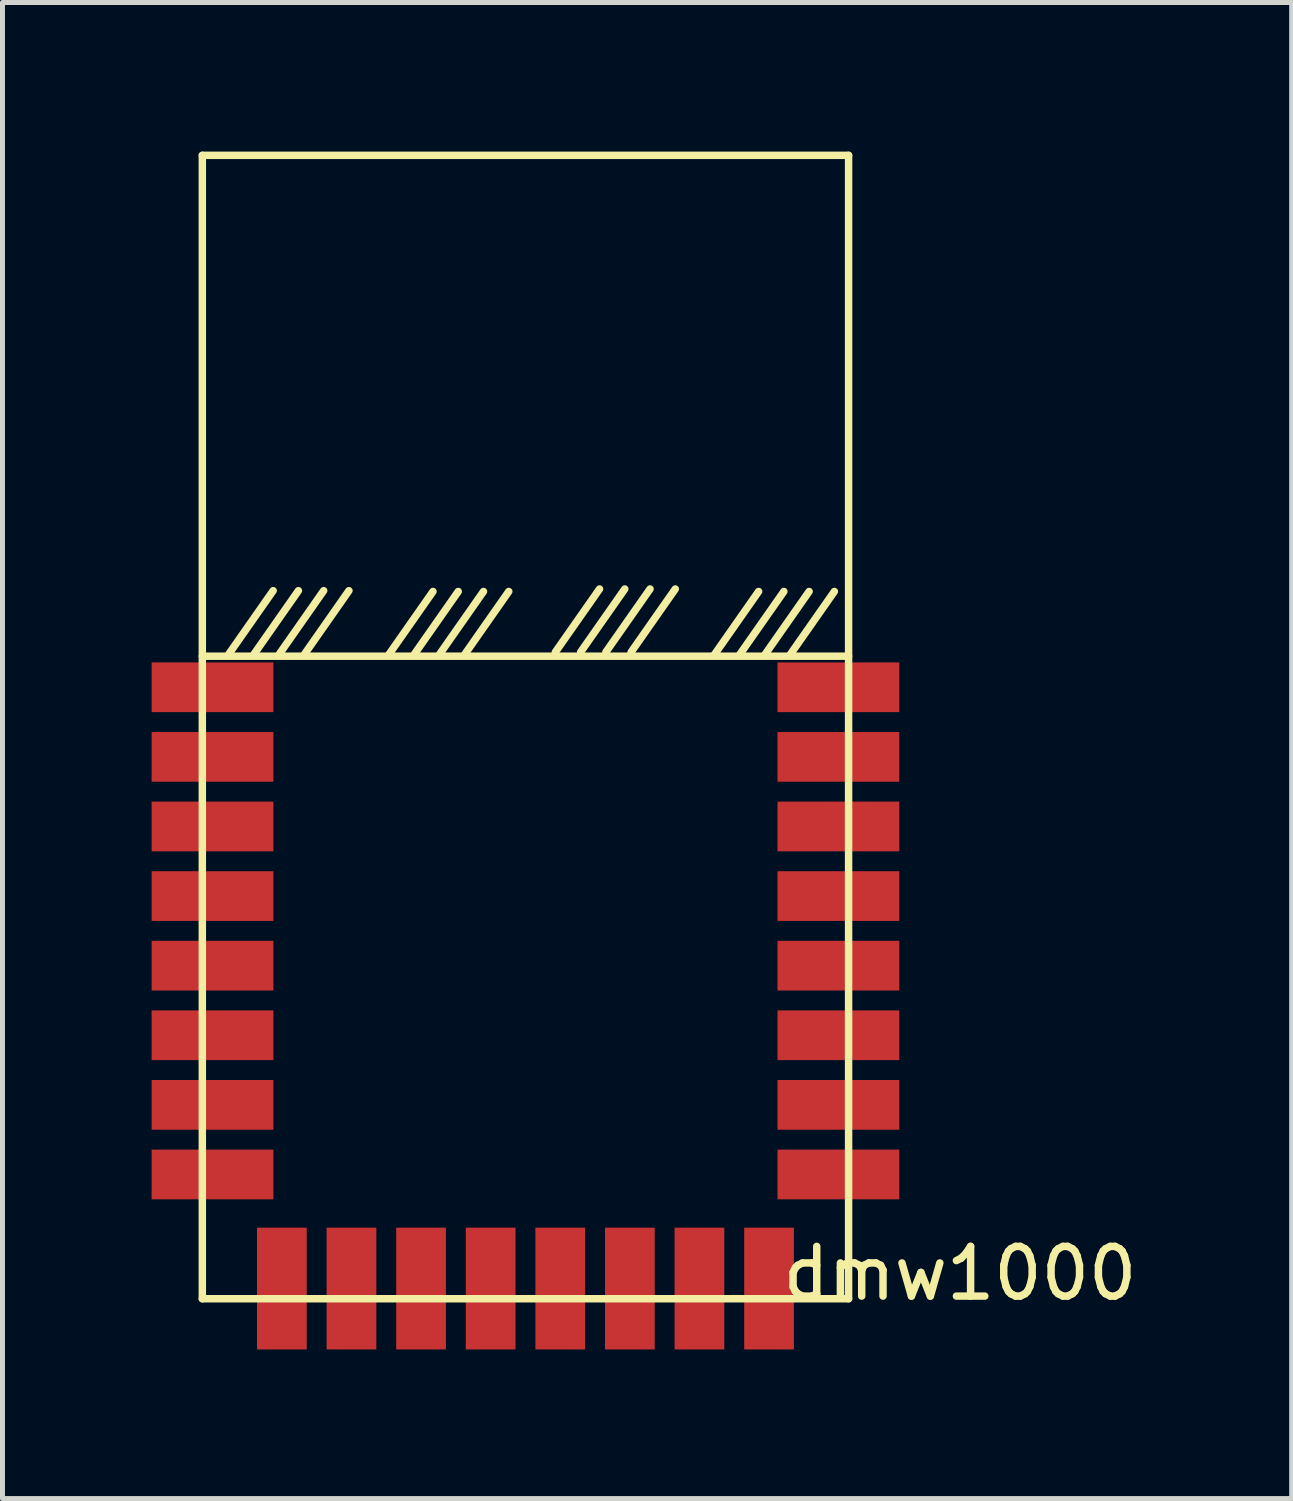
<source format=kicad_pcb>
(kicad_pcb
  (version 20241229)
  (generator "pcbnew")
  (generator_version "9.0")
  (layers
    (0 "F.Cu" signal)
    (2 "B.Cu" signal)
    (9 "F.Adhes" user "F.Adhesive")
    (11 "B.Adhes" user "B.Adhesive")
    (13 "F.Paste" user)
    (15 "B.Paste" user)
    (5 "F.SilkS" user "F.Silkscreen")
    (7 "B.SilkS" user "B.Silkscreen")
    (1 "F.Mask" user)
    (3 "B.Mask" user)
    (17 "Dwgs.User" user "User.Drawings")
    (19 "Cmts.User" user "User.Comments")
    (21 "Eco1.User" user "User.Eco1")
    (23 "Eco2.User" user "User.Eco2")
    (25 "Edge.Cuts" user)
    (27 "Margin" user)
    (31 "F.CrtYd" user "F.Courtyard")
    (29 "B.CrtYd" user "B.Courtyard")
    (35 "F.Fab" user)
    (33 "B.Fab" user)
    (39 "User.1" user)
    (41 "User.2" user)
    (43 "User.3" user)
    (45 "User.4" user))
  (footprint "dmw1000"
    (layer "F.Cu")
    (at 1.02 23.075)
    (property "Reference" "dmw1000" (at 15.24 -0.508 0) (layer "F.SilkS") (effects (font (size 1 1) (thickness 0.15))))
    (attr through_hole)
    (fp_line (start 0 -23) (end 13 -23) (stroke (width 0.15) (type solid)) (layer "F.SilkS"))
    (fp_line (start 0 -12.925) (end 13 -12.925) (stroke (width 0.15) (type solid)) (layer "F.SilkS"))
    (fp_line (start 0 0) (end 0 -23) (stroke (width 0.15) (type solid)) (layer "F.SilkS"))
    (fp_line (start 0.536 -12.973) (end 1.425 -14.243) (stroke (width 0.15) (type solid)) (layer "F.SilkS"))
    (fp_line (start 1.044 -12.973) (end 1.933 -14.243) (stroke (width 0.15) (type solid)) (layer "F.SilkS"))
    (fp_line (start 1.552 -12.973) (end 2.441 -14.243) (stroke (width 0.15) (type solid)) (layer "F.SilkS"))
    (fp_line (start 2.06 -12.973) (end 2.949 -14.243) (stroke (width 0.15) (type solid)) (layer "F.SilkS"))
    (fp_line (start 4.64 -14.227) (end 3.751 -12.957) (stroke (width 0.15) (type solid)) (layer "F.SilkS"))
    (fp_line (start 5.148 -14.227) (end 4.259 -12.957) (stroke (width 0.15) (type solid)) (layer "F.SilkS"))
    (fp_line (start 5.656 -14.227) (end 4.767 -12.957) (stroke (width 0.15) (type solid)) (layer "F.SilkS"))
    (fp_line (start 6.164 -14.227) (end 5.275 -12.957) (stroke (width 0.15) (type solid)) (layer "F.SilkS"))
    (fp_line (start 7.99 -14.277) (end 7.101 -13.007) (stroke (width 0.15) (type solid)) (layer "F.SilkS"))
    (fp_line (start 8.498 -14.277) (end 7.609 -13.007) (stroke (width 0.15) (type solid)) (layer "F.SilkS"))
    (fp_line (start 9.006 -14.277) (end 8.117 -13.007) (stroke (width 0.15) (type solid)) (layer "F.SilkS"))
    (fp_line (start 9.514 -14.277) (end 8.625 -13.007) (stroke (width 0.15) (type solid)) (layer "F.SilkS"))
    (fp_line (start 11.19 -14.227) (end 10.301 -12.957) (stroke (width 0.15) (type solid)) (layer "F.SilkS"))
    (fp_line (start 11.698 -14.227) (end 10.809 -12.957) (stroke (width 0.15) (type solid)) (layer "F.SilkS"))
    (fp_line (start 12.206 -14.227) (end 11.317 -12.957) (stroke (width 0.15) (type solid)) (layer "F.SilkS"))
    (fp_line (start 12.714 -14.227) (end 11.825 -12.957) (stroke (width 0.15) (type solid)) (layer "F.SilkS"))
    (fp_line (start 13 -23) (end 13 0) (stroke (width 0.15) (type solid)) (layer "F.SilkS"))
    (fp_line (start 13 0) (end 0 0) (stroke (width 0.15) (type solid)) (layer "F.SilkS"))
    (pad "1" smd rect (at 0.205 -12.3) (size 2.45 1) (layers "F.Cu" "F.Mask" "F.Paste"))
    (pad "2" smd rect (at 0.205 -10.9) (size 2.45 1) (layers "F.Cu" "F.Mask" "F.Paste"))
    (pad "3" smd rect (at 0.205 -9.5) (size 2.45 1) (layers "F.Cu" "F.Mask" "F.Paste"))
    (pad "4" smd rect (at 0.205 -8.1) (size 2.45 1) (layers "F.Cu" "F.Mask" "F.Paste"))
    (pad "5" smd rect (at 0.205 -6.7) (size 2.45 1) (layers "F.Cu" "F.Mask" "F.Paste"))
    (pad "6" smd rect (at 0.205 -5.3) (size 2.45 1) (layers "F.Cu" "F.Mask" "F.Paste"))
    (pad "7" smd rect (at 0.205 -3.9) (size 2.45 1) (layers "F.Cu" "F.Mask" "F.Paste"))
    (pad "8" smd rect (at 0.205 -2.5) (size 2.45 1) (layers "F.Cu" "F.Mask" "F.Paste"))
    (pad "9" smd rect (at 1.6 -0.205) (size 1 2.45) (layers "F.Cu" "F.Mask" "F.Paste"))
    (pad "10" smd rect (at 3 -0.205) (size 1 2.45) (layers "F.Cu" "F.Mask" "F.Paste"))
    (pad "11" smd rect (at 4.4 -0.205) (size 1 2.45) (layers "F.Cu" "F.Mask" "F.Paste"))
    (pad "12" smd rect (at 5.8 -0.205) (size 1 2.45) (layers "F.Cu" "F.Mask" "F.Paste"))
    (pad "13" smd rect (at 7.2 -0.205) (size 1 2.45) (layers "F.Cu" "F.Mask" "F.Paste"))
    (pad "14" smd rect (at 8.6 -0.205) (size 1 2.45) (layers "F.Cu" "F.Mask" "F.Paste"))
    (pad "15" smd rect (at 10 -0.205) (size 1 2.45) (layers "F.Cu" "F.Mask" "F.Paste"))
    (pad "16" smd rect (at 11.4 -0.205) (size 1 2.45) (layers "F.Cu" "F.Mask" "F.Paste"))
    (pad "17" smd rect (at 12.795 -2.5) (size 2.45 1) (layers "F.Cu" "F.Mask" "F.Paste"))
    (pad "18" smd rect (at 12.795 -3.9) (size 2.45 1) (layers "F.Cu" "F.Mask" "F.Paste"))
    (pad "19" smd rect (at 12.795 -5.3) (size 2.45 1) (layers "F.Cu" "F.Mask" "F.Paste"))
    (pad "20" smd rect (at 12.795 -6.7) (size 2.45 1) (layers "F.Cu" "F.Mask" "F.Paste"))
    (pad "21" smd rect (at 12.795 -8.1) (size 2.45 1) (layers "F.Cu" "F.Mask" "F.Paste"))
    (pad "22" smd rect (at 12.795 -9.5) (size 2.45 1) (layers "F.Cu" "F.Mask" "F.Paste"))
    (pad "23" smd rect (at 12.795 -10.9) (size 2.45 1) (layers "F.Cu" "F.Mask" "F.Paste"))
    (pad "24" smd rect (at 12.795 -12.3) (size 2.45 1) (layers "F.Cu" "F.Mask" "F.Paste")))
  (gr_rect
    (start -3 -3)
    (end 22.933 27.095)
    (stroke (width 0.1) (type default))
    (fill no)
    (layer "Edge.Cuts")))
</source>
